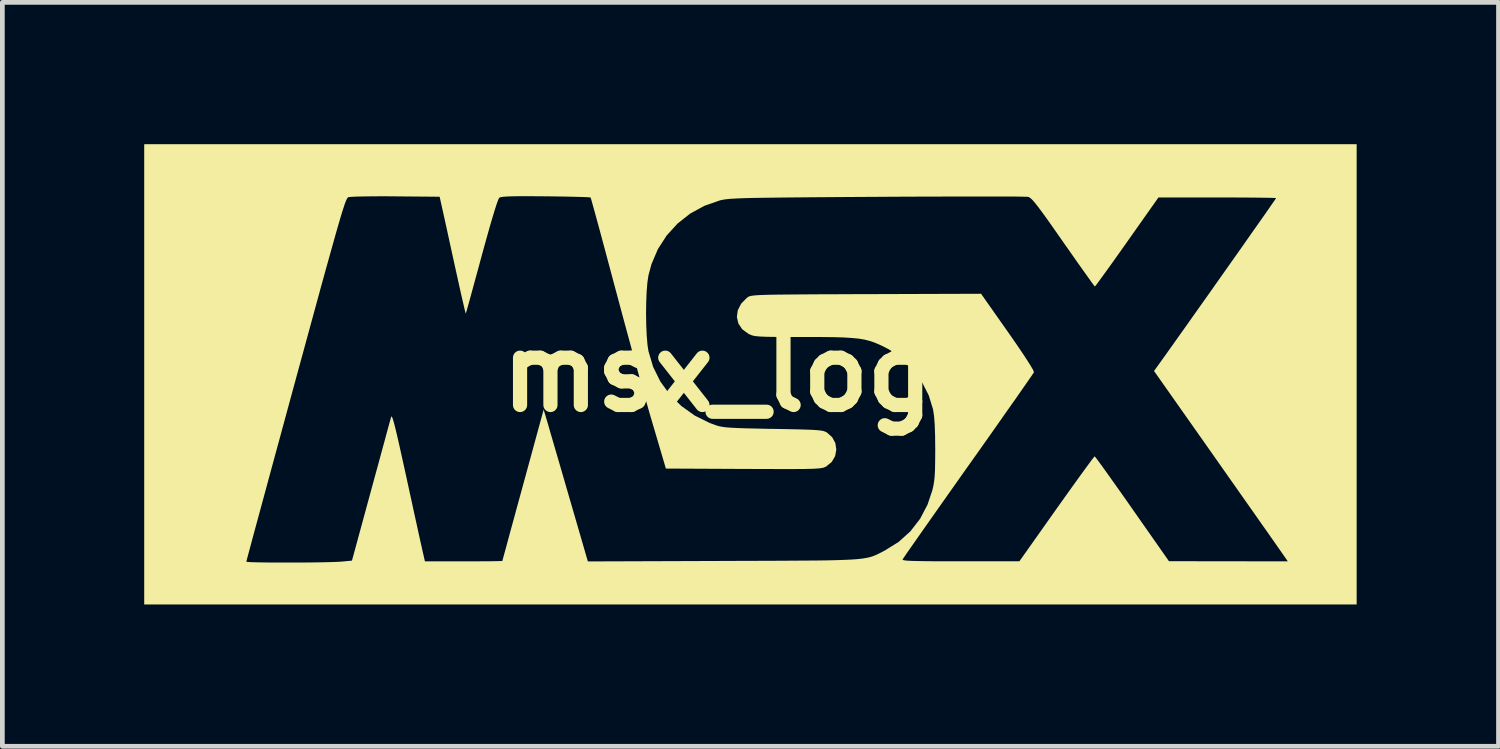
<source format=kicad_pcb>
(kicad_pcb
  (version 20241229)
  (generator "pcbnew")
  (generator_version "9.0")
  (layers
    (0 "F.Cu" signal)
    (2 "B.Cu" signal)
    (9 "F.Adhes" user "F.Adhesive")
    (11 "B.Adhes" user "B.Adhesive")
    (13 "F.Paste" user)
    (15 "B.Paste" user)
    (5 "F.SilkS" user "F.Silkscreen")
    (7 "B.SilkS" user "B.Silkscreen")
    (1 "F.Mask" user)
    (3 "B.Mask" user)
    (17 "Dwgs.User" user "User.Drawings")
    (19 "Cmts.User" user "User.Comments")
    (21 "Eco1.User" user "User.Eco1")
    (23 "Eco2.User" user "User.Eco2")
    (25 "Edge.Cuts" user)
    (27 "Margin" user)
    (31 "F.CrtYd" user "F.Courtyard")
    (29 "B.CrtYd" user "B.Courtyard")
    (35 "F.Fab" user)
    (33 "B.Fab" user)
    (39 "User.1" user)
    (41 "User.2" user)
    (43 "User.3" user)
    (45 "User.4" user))
  (footprint "msx_logo"
    (layer "F.Cu")
    (at 12.806 4.837)
    (property "Reference" "msx_logo" (at 0 0 0) (layer "F.SilkS") (effects (font (size 1.5 1.5) (thickness 0.3))))
    (attr board_only exclude_from_pos_files exclude_from_bom)
    (fp_poly (pts (xy 12.837 0.03) (xy 12.837 4.897) (xy 0.015 4.897) (xy -12.806 4.897) (xy -12.806 3.993) (xy -10.646 3.993) (xy -10.617 3.998) (xy -10.536 4.003) (xy -10.411 4.006) (xy -10.251 4.009) (xy -10.064 4.011) (xy -9.858 4.011) (xy -9.643 4.011) (xy -9.426 4.01) (xy -9.216 4.008) (xy -9.022 4.005) (xy -8.853 4.001) (xy -8.716 3.996) (xy -8.62 3.99) (xy -8.609 3.989) (xy -8.412 3.97) (xy -8.01 2.494) (xy -7.931 2.203) (xy -7.855 1.927) (xy -7.786 1.672) (xy -7.724 1.446) (xy -7.672 1.252) (xy -7.63 1.099) (xy -7.6 0.991) (xy -7.585 0.935) (xy -7.583 0.931) (xy -7.575 0.92) (xy -7.562 0.937) (xy -7.544 0.986) (xy -7.52 1.071) (xy -7.488 1.196) (xy -7.448 1.365) (xy -7.399 1.582) (xy -7.339 1.852) (xy -7.274 2.147) (xy -7.212 2.432) (xy -7.152 2.707) (xy -7.096 2.966) (xy -7.044 3.201) (xy -7 3.403) (xy -6.964 3.566) (xy -6.938 3.68) (xy -6.93 3.719) (xy -6.869 3.985) (xy -6.051 3.985) (xy -5.835 3.985) (xy -5.64 3.984) (xy -5.474 3.983) (xy -5.346 3.981) (xy -5.262 3.979) (xy -5.231 3.977) (xy -5.231 3.977) (xy -5.224 3.947) (xy -5.201 3.864) (xy -5.165 3.733) (xy -5.118 3.559) (xy -5.061 3.348) (xy -4.994 3.105) (xy -4.921 2.836) (xy -4.841 2.545) (xy -4.794 2.373) (xy -4.358 0.776) (xy -4.312 0.928) (xy -4.295 0.987) (xy -4.262 1.098) (xy -4.217 1.255) (xy -4.16 1.451) (xy -4.093 1.681) (xy -4.018 1.937) (xy -3.938 2.213) (xy -3.854 2.504) (xy -3.845 2.533) (xy -3.423 3.987) (xy -0.563 3.977) (xy -0.07 3.975) (xy 0.366 3.974) (xy 0.75 3.972) (xy 1.084 3.97) (xy 1.373 3.968) (xy 1.622 3.965) (xy 1.833 3.96) (xy 2.011 3.954) (xy 2.16 3.947) (xy 2.284 3.938) (xy 2.386 3.926) (xy 2.471 3.912) (xy 2.543 3.896) (xy 2.605 3.877) (xy 2.662 3.854) (xy 2.718 3.828) (xy 2.776 3.799) (xy 2.84 3.765) (xy 2.857 3.757) (xy 3.149 3.575) (xy 3.399 3.35) (xy 3.604 3.085) (xy 3.762 2.784) (xy 3.863 2.482) (xy 3.885 2.387) (xy 3.901 2.291) (xy 3.912 2.183) (xy 3.919 2.05) (xy 3.922 1.881) (xy 3.924 1.666) (xy 3.924 1.615) (xy 3.921 1.325) (xy 3.913 1.092) (xy 3.899 0.912) (xy 3.879 0.779) (xy 3.879 0.776) (xy 3.787 0.476) (xy 3.642 0.19) (xy 3.452 -0.072) (xy 3.224 -0.3) (xy 2.967 -0.484) (xy 2.858 -0.543) (xy 2.746 -0.597) (xy 2.642 -0.641) (xy 2.539 -0.676) (xy 2.43 -0.704) (xy 2.306 -0.725) (xy 2.16 -0.739) (xy 1.986 -0.75) (xy 1.775 -0.756) (xy 1.52 -0.759) (xy 1.212 -0.76) (xy 1.14 -0.76) (xy 0.861 -0.76) (xy 0.636 -0.761) (xy 0.459 -0.762) (xy 0.322 -0.765) (xy 0.218 -0.77) (xy 0.142 -0.776) (xy 0.085 -0.785) (xy 0.041 -0.797) (xy 0.004 -0.813) (xy -0.029 -0.829) (xy -0.159 -0.924) (xy -0.24 -1.046) (xy -0.271 -1.183) (xy -0.252 -1.325) (xy -0.182 -1.463) (xy -0.062 -1.586) (xy -0.051 -1.594) (xy -0.035 -1.606) (xy -0.016 -1.616) (xy 0.01 -1.625) (xy 0.046 -1.632) (xy 0.096 -1.638) (xy 0.165 -1.644) (xy 0.257 -1.648) (xy 0.376 -1.652) (xy 0.525 -1.655) (xy 0.71 -1.657) (xy 0.934 -1.659) (xy 1.2 -1.661) (xy 1.514 -1.663) (xy 1.879 -1.664) (xy 2.3 -1.666) (xy 2.464 -1.666) (xy 4.893 -1.674) (xy 5.461 -0.867) (xy 5.615 -0.646) (xy 5.748 -0.451) (xy 5.857 -0.286) (xy 5.939 -0.156) (xy 5.992 -0.066) (xy 6.012 -0.019) (xy 6.012 -0.015) (xy 5.992 0.016) (xy 5.94 0.093) (xy 5.857 0.212) (xy 5.748 0.369) (xy 5.615 0.56) (xy 5.459 0.781) (xy 5.285 1.029) (xy 5.095 1.299) (xy 4.891 1.588) (xy 4.676 1.891) (xy 4.621 1.968) (xy 4.405 2.274) (xy 4.198 2.567) (xy 4.004 2.842) (xy 3.826 3.095) (xy 3.666 3.322) (xy 3.527 3.521) (xy 3.411 3.686) (xy 3.322 3.813) (xy 3.263 3.901) (xy 3.235 3.943) (xy 3.233 3.946) (xy 3.24 3.956) (xy 3.271 3.964) (xy 3.332 3.971) (xy 3.428 3.976) (xy 3.562 3.979) (xy 3.74 3.982) (xy 3.967 3.984) (xy 4.246 3.984) (xy 4.461 3.984) (xy 5.704 3.984) (xy 6.489 2.874) (xy 6.652 2.645) (xy 6.805 2.431) (xy 6.943 2.239) (xy 7.064 2.072) (xy 7.163 1.937) (xy 7.237 1.837) (xy 7.282 1.779) (xy 7.296 1.765) (xy 7.317 1.789) (xy 7.369 1.858) (xy 7.449 1.967) (xy 7.552 2.111) (xy 7.676 2.285) (xy 7.817 2.484) (xy 7.971 2.702) (xy 8.091 2.874) (xy 8.867 3.982) (xy 10.124 3.984) (xy 11.381 3.985) (xy 11.185 3.704) (xy 11.134 3.631) (xy 11.051 3.513) (xy 10.941 3.355) (xy 10.805 3.163) (xy 10.649 2.94) (xy 10.474 2.692) (xy 10.286 2.424) (xy 10.086 2.14) (xy 9.879 1.845) (xy 9.77 1.69) (xy 8.551 -0.041) (xy 8.652 -0.18) (xy 8.712 -0.264) (xy 8.8 -0.387) (xy 8.911 -0.543) (xy 9.042 -0.728) (xy 9.191 -0.937) (xy 9.352 -1.165) (xy 9.524 -1.408) (xy 9.703 -1.66) (xy 9.884 -1.917) (xy 10.066 -2.175) (xy 10.244 -2.427) (xy 10.415 -2.669) (xy 10.575 -2.898) (xy 10.722 -3.107) (xy 10.852 -3.291) (xy 10.961 -3.447) (xy 11.046 -3.57) (xy 11.104 -3.653) (xy 11.132 -3.694) (xy 11.133 -3.697) (xy 11.104 -3.7) (xy 11.02 -3.703) (xy 10.888 -3.705) (xy 10.715 -3.707) (xy 10.506 -3.709) (xy 10.268 -3.71) (xy 10.007 -3.711) (xy 9.889 -3.711) (xy 8.645 -3.711) (xy 7.98 -2.769) (xy 7.831 -2.558) (xy 7.693 -2.364) (xy 7.569 -2.191) (xy 7.464 -2.046) (xy 7.382 -1.934) (xy 7.327 -1.859) (xy 7.301 -1.829) (xy 7.301 -1.828) (xy 7.28 -1.852) (xy 7.229 -1.921) (xy 7.152 -2.029) (xy 7.051 -2.17) (xy 6.931 -2.339) (xy 6.796 -2.532) (xy 6.649 -2.741) (xy 6.631 -2.767) (xy 6.459 -3.013) (xy 6.318 -3.214) (xy 6.203 -3.373) (xy 6.112 -3.496) (xy 6.041 -3.587) (xy 5.986 -3.651) (xy 5.944 -3.692) (xy 5.911 -3.715) (xy 5.888 -3.724) (xy 5.845 -3.726) (xy 5.746 -3.728) (xy 5.595 -3.73) (xy 5.395 -3.731) (xy 5.151 -3.731) (xy 4.868 -3.731) (xy 4.548 -3.731) (xy 4.197 -3.73) (xy 3.819 -3.729) (xy 3.418 -3.728) (xy 2.997 -3.726) (xy 2.694 -3.724) (xy 2.189 -3.721) (xy 1.74 -3.718) (xy 1.345 -3.715) (xy 0.999 -3.712) (xy 0.699 -3.709) (xy 0.442 -3.706) (xy 0.223 -3.703) (xy 0.039 -3.7) (xy -0.114 -3.696) (xy -0.239 -3.691) (xy -0.341 -3.686) (xy -0.422 -3.681) (xy -0.488 -3.674) (xy -0.541 -3.667) (xy -0.585 -3.659) (xy -0.624 -3.65) (xy -0.626 -3.65) (xy -0.958 -3.534) (xy -1.26 -3.369) (xy -1.528 -3.157) (xy -1.757 -2.905) (xy -1.942 -2.618) (xy -2.078 -2.299) (xy -2.142 -2.061) (xy -2.164 -1.91) (xy -2.18 -1.715) (xy -2.189 -1.489) (xy -2.192 -1.249) (xy -2.188 -1.01) (xy -2.178 -0.787) (xy -2.162 -0.595) (xy -2.142 -0.463) (xy -2.043 -0.128) (xy -1.891 0.18) (xy -1.691 0.458) (xy -1.446 0.7) (xy -1.161 0.903) (xy -0.841 1.061) (xy -0.7 1.112) (xy -0.646 1.128) (xy -0.581 1.14) (xy -0.5 1.151) (xy -0.395 1.159) (xy -0.258 1.166) (xy -0.084 1.172) (xy 0.134 1.177) (xy 0.405 1.183) (xy 0.502 1.184) (xy 0.783 1.189) (xy 1.01 1.194) (xy 1.189 1.199) (xy 1.326 1.204) (xy 1.43 1.211) (xy 1.505 1.219) (xy 1.559 1.229) (xy 1.597 1.242) (xy 1.628 1.257) (xy 1.631 1.259) (xy 1.744 1.359) (xy 1.811 1.484) (xy 1.832 1.622) (xy 1.807 1.759) (xy 1.736 1.882) (xy 1.62 1.977) (xy 1.612 1.982) (xy 1.586 1.994) (xy 1.556 2.005) (xy 1.515 2.013) (xy 1.46 2.02) (xy 1.384 2.025) (xy 1.283 2.029) (xy 1.152 2.032) (xy 0.986 2.033) (xy 0.779 2.034) (xy 0.527 2.033) (xy 0.224 2.032) (xy -0.133 2.031) (xy -1.773 2.023) (xy -2.06 1.049) (xy -2.122 0.838) (xy -2.196 0.577) (xy -2.281 0.274) (xy -2.374 -0.06) (xy -2.473 -0.417) (xy -2.574 -0.789) (xy -2.676 -1.165) (xy -2.776 -1.538) (xy -2.849 -1.809) (xy -2.936 -2.136) (xy -3.019 -2.446) (xy -3.096 -2.734) (xy -3.166 -2.994) (xy -3.228 -3.221) (xy -3.28 -3.411) (xy -3.321 -3.559) (xy -3.349 -3.659) (xy -3.364 -3.707) (xy -3.365 -3.71) (xy -3.399 -3.714) (xy -3.485 -3.719) (xy -3.618 -3.723) (xy -3.788 -3.727) (xy -3.99 -3.731) (xy -4.214 -3.734) (xy -4.315 -3.735) (xy -4.593 -3.737) (xy -4.815 -3.738) (xy -4.988 -3.736) (xy -5.117 -3.732) (xy -5.208 -3.726) (xy -5.265 -3.717) (xy -5.295 -3.706) (xy -5.297 -3.705) (xy -5.318 -3.665) (xy -5.353 -3.568) (xy -5.401 -3.418) (xy -5.461 -3.218) (xy -5.532 -2.97) (xy -5.614 -2.676) (xy -5.672 -2.464) (xy -5.742 -2.205) (xy -5.808 -1.964) (xy -5.867 -1.748) (xy -5.917 -1.564) (xy -5.958 -1.417) (xy -5.987 -1.314) (xy -6.003 -1.261) (xy -6.005 -1.255) (xy -6.013 -1.281) (xy -6.033 -1.361) (xy -6.062 -1.486) (xy -6.1 -1.65) (xy -6.144 -1.847) (xy -6.193 -2.07) (xy -6.235 -2.258) (xy -6.29 -2.509) (xy -6.343 -2.752) (xy -6.392 -2.977) (xy -6.435 -3.174) (xy -6.471 -3.336) (xy -6.497 -3.453) (xy -6.507 -3.498) (xy -6.558 -3.726) (xy -7.488 -3.734) (xy -7.723 -3.736) (xy -7.941 -3.735) (xy -8.133 -3.733) (xy -8.292 -3.73) (xy -8.41 -3.725) (xy -8.477 -3.719) (xy -8.488 -3.717) (xy -8.499 -3.709) (xy -8.512 -3.693) (xy -8.527 -3.666) (xy -8.545 -3.624) (xy -8.567 -3.565) (xy -8.593 -3.485) (xy -8.626 -3.382) (xy -8.665 -3.252) (xy -8.711 -3.093) (xy -8.766 -2.902) (xy -8.829 -2.676) (xy -8.903 -2.412) (xy -8.988 -2.107) (xy -9.084 -1.758) (xy -9.192 -1.362) (xy -9.314 -0.916) (xy -9.45 -0.417) (xy -9.602 0.138) (xy -9.602 0.139) (xy -9.73 0.609) (xy -9.853 1.062) (xy -9.971 1.496) (xy -10.083 1.907) (xy -10.187 2.29) (xy -10.283 2.644) (xy -10.37 2.965) (xy -10.447 3.248) (xy -10.513 3.491) (xy -10.566 3.69) (xy -10.607 3.842) (xy -10.634 3.943) (xy -10.646 3.99) (xy -10.646 3.993) (xy -12.806 3.993) (xy -12.806 0.03) (xy -12.806 -4.837) (xy 0.015 -4.837) (xy 12.837 -4.837)) (stroke (width 0) (type solid)) (fill yes) (layer "F.SilkS")))
  (gr_rect
    (start -3 -3)
    (end 28.643 12.734)
    (stroke (width 0.1) (type default))
    (fill no)
    (layer "Edge.Cuts")))
</source>
